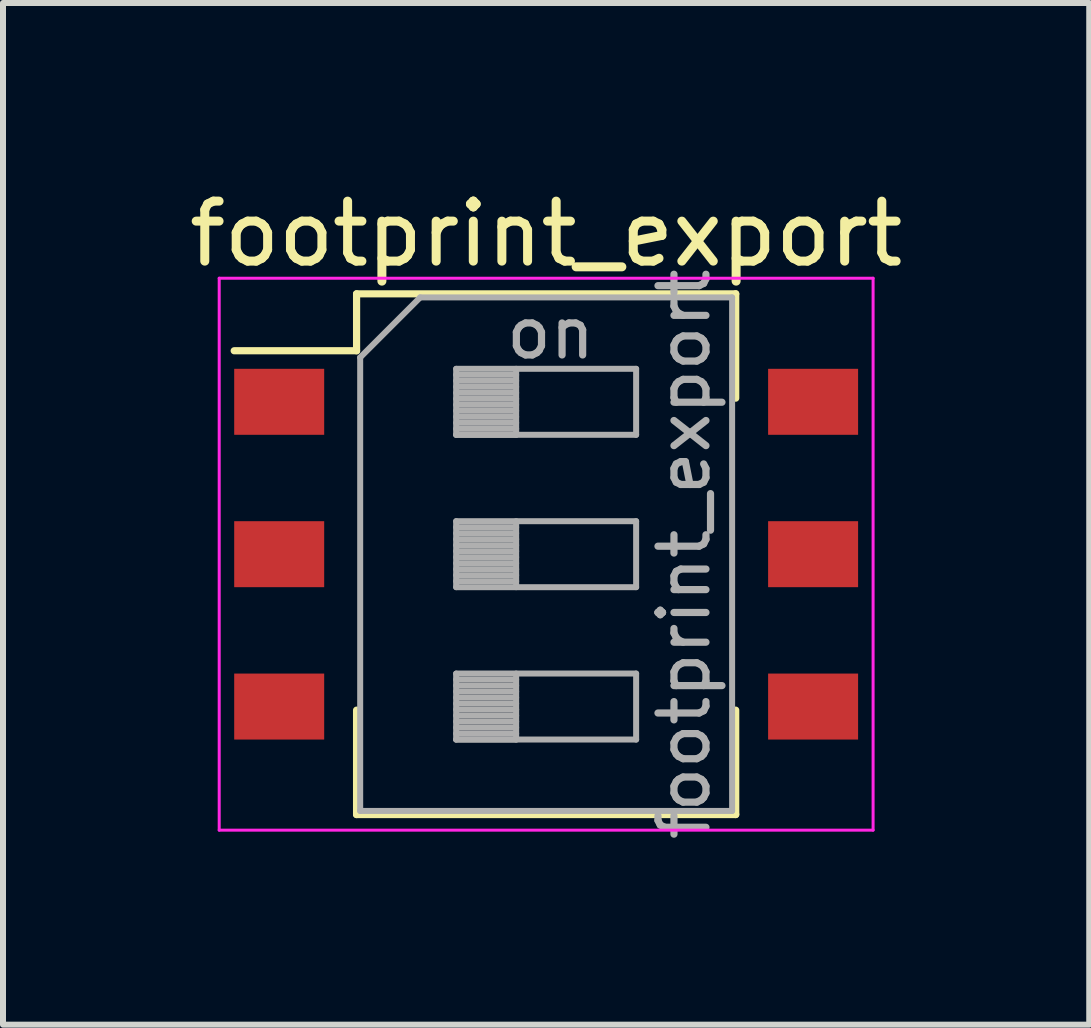
<source format=kicad_pcb>
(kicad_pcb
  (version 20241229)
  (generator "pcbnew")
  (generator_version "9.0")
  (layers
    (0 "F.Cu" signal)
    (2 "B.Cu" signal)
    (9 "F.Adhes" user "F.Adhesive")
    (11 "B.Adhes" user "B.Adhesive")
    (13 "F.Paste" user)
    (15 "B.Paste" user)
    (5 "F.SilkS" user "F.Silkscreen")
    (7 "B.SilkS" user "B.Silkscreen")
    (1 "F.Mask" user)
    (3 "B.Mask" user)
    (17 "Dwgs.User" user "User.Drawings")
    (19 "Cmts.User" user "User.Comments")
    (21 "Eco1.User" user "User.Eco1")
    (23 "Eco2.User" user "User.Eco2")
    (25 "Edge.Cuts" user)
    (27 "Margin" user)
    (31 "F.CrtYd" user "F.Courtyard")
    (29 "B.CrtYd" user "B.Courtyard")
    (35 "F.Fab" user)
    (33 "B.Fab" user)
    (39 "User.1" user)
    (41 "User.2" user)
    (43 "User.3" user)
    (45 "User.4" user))
  (footprint "footprint_export"
    (layer "F.Cu")
    (at 6.054 6.188)
    (property "Reference" "footprint_export" (at 0 -5.34 0) (layer "F.SilkS") (effects (font (size 1 1) (thickness 0.15))))
    (attr smd)
    (fp_line (start -5.2 -3.391) (end -3.16 -3.391) (stroke (width 0.12) (type solid)) (layer "F.SilkS"))
    (fp_line (start -3.16 -4.34) (end -3.16 -3.391) (stroke (width 0.12) (type solid)) (layer "F.SilkS"))
    (fp_line (start -3.16 -4.34) (end 3.16 -4.34) (stroke (width 0.12) (type solid)) (layer "F.SilkS"))
    (fp_line (start -3.16 2.6) (end -3.16 4.34) (stroke (width 0.12) (type solid)) (layer "F.SilkS"))
    (fp_line (start -3.16 4.34) (end 3.16 4.34) (stroke (width 0.12) (type solid)) (layer "F.SilkS"))
    (fp_line (start 3.16 -4.34) (end 3.16 -2.601) (stroke (width 0.12) (type solid)) (layer "F.SilkS"))
    (fp_line (start 3.16 2.6) (end 3.16 4.34) (stroke (width 0.12) (type solid)) (layer "F.SilkS"))
    (fp_line (start -5.45 -4.6) (end -5.45 4.6) (stroke (width 0.05) (type solid)) (layer "F.CrtYd"))
    (fp_line (start -5.45 4.6) (end 5.45 4.6) (stroke (width 0.05) (type solid)) (layer "F.CrtYd"))
    (fp_line (start 5.45 -4.6) (end -5.45 -4.6) (stroke (width 0.05) (type solid)) (layer "F.CrtYd"))
    (fp_line (start 5.45 4.6) (end 5.45 -4.6) (stroke (width 0.05) (type solid)) (layer "F.CrtYd"))
    (fp_line (start -3.1 -3.28) (end -2.1 -4.28) (stroke (width 0.1) (type solid)) (layer "F.Fab"))
    (fp_line (start -3.1 4.28) (end -3.1 -3.28) (stroke (width 0.1) (type solid)) (layer "F.Fab"))
    (fp_line (start -2.1 -4.28) (end 3.1 -4.28) (stroke (width 0.1) (type solid)) (layer "F.Fab"))
    (fp_line (start -1.5 -3.09) (end -1.5 -1.99) (stroke (width 0.1) (type solid)) (layer "F.Fab"))
    (fp_line (start -1.5 -2.99) (end -0.5 -2.99) (stroke (width 0.1) (type solid)) (layer "F.Fab"))
    (fp_line (start -1.5 -2.89) (end -0.5 -2.89) (stroke (width 0.1) (type solid)) (layer "F.Fab"))
    (fp_line (start -1.5 -2.79) (end -0.5 -2.79) (stroke (width 0.1) (type solid)) (layer "F.Fab"))
    (fp_line (start -1.5 -2.69) (end -0.5 -2.69) (stroke (width 0.1) (type solid)) (layer "F.Fab"))
    (fp_line (start -1.5 -2.59) (end -0.5 -2.59) (stroke (width 0.1) (type solid)) (layer "F.Fab"))
    (fp_line (start -1.5 -2.49) (end -0.5 -2.49) (stroke (width 0.1) (type solid)) (layer "F.Fab"))
    (fp_line (start -1.5 -2.39) (end -0.5 -2.39) (stroke (width 0.1) (type solid)) (layer "F.Fab"))
    (fp_line (start -1.5 -2.29) (end -0.5 -2.29) (stroke (width 0.1) (type solid)) (layer "F.Fab"))
    (fp_line (start -1.5 -2.19) (end -0.5 -2.19) (stroke (width 0.1) (type solid)) (layer "F.Fab"))
    (fp_line (start -1.5 -2.09) (end -0.5 -2.09) (stroke (width 0.1) (type solid)) (layer "F.Fab"))
    (fp_line (start -1.5 -1.99) (end -0.5 -1.99) (stroke (width 0.1) (type solid)) (layer "F.Fab"))
    (fp_line (start -1.5 -1.99) (end 1.5 -1.99) (stroke (width 0.1) (type solid)) (layer "F.Fab"))
    (fp_line (start -1.5 -0.55) (end -1.5 0.55) (stroke (width 0.1) (type solid)) (layer "F.Fab"))
    (fp_line (start -1.5 -0.45) (end -0.5 -0.45) (stroke (width 0.1) (type solid)) (layer "F.Fab"))
    (fp_line (start -1.5 -0.35) (end -0.5 -0.35) (stroke (width 0.1) (type solid)) (layer "F.Fab"))
    (fp_line (start -1.5 -0.25) (end -0.5 -0.25) (stroke (width 0.1) (type solid)) (layer "F.Fab"))
    (fp_line (start -1.5 -0.15) (end -0.5 -0.15) (stroke (width 0.1) (type solid)) (layer "F.Fab"))
    (fp_line (start -1.5 -0.05) (end -0.5 -0.05) (stroke (width 0.1) (type solid)) (layer "F.Fab"))
    (fp_line (start -1.5 0.05) (end -0.5 0.05) (stroke (width 0.1) (type solid)) (layer "F.Fab"))
    (fp_line (start -1.5 0.15) (end -0.5 0.15) (stroke (width 0.1) (type solid)) (layer "F.Fab"))
    (fp_line (start -1.5 0.25) (end -0.5 0.25) (stroke (width 0.1) (type solid)) (layer "F.Fab"))
    (fp_line (start -1.5 0.35) (end -0.5 0.35) (stroke (width 0.1) (type solid)) (layer "F.Fab"))
    (fp_line (start -1.5 0.45) (end -0.5 0.45) (stroke (width 0.1) (type solid)) (layer "F.Fab"))
    (fp_line (start -1.5 0.55) (end 1.5 0.55) (stroke (width 0.1) (type solid)) (layer "F.Fab"))
    (fp_line (start -1.5 1.99) (end -1.5 3.09) (stroke (width 0.1) (type solid)) (layer "F.Fab"))
    (fp_line (start -1.5 2.09) (end -0.5 2.09) (stroke (width 0.1) (type solid)) (layer "F.Fab"))
    (fp_line (start -1.5 2.19) (end -0.5 2.19) (stroke (width 0.1) (type solid)) (layer "F.Fab"))
    (fp_line (start -1.5 2.29) (end -0.5 2.29) (stroke (width 0.1) (type solid)) (layer "F.Fab"))
    (fp_line (start -1.5 2.39) (end -0.5 2.39) (stroke (width 0.1) (type solid)) (layer "F.Fab"))
    (fp_line (start -1.5 2.49) (end -0.5 2.49) (stroke (width 0.1) (type solid)) (layer "F.Fab"))
    (fp_line (start -1.5 2.59) (end -0.5 2.59) (stroke (width 0.1) (type solid)) (layer "F.Fab"))
    (fp_line (start -1.5 2.69) (end -0.5 2.69) (stroke (width 0.1) (type solid)) (layer "F.Fab"))
    (fp_line (start -1.5 2.79) (end -0.5 2.79) (stroke (width 0.1) (type solid)) (layer "F.Fab"))
    (fp_line (start -1.5 2.89) (end -0.5 2.89) (stroke (width 0.1) (type solid)) (layer "F.Fab"))
    (fp_line (start -1.5 2.99) (end -0.5 2.99) (stroke (width 0.1) (type solid)) (layer "F.Fab"))
    (fp_line (start -1.5 3.09) (end -0.5 3.09) (stroke (width 0.1) (type solid)) (layer "F.Fab"))
    (fp_line (start -1.5 3.09) (end 1.5 3.09) (stroke (width 0.1) (type solid)) (layer "F.Fab"))
    (fp_line (start -0.5 -3.09) (end -0.5 -1.99) (stroke (width 0.1) (type solid)) (layer "F.Fab"))
    (fp_line (start -0.5 -0.55) (end -0.5 0.55) (stroke (width 0.1) (type solid)) (layer "F.Fab"))
    (fp_line (start -0.5 1.99) (end -0.5 3.09) (stroke (width 0.1) (type solid)) (layer "F.Fab"))
    (fp_line (start 1.5 -3.09) (end -1.5 -3.09) (stroke (width 0.1) (type solid)) (layer "F.Fab"))
    (fp_line (start 1.5 -1.99) (end 1.5 -3.09) (stroke (width 0.1) (type solid)) (layer "F.Fab"))
    (fp_line (start 1.5 -0.55) (end -1.5 -0.55) (stroke (width 0.1) (type solid)) (layer "F.Fab"))
    (fp_line (start 1.5 0.55) (end 1.5 -0.55) (stroke (width 0.1) (type solid)) (layer "F.Fab"))
    (fp_line (start 1.5 1.99) (end -1.5 1.99) (stroke (width 0.1) (type solid)) (layer "F.Fab"))
    (fp_line (start 1.5 3.09) (end 1.5 1.99) (stroke (width 0.1) (type solid)) (layer "F.Fab"))
    (fp_line (start 3.1 -4.28) (end 3.1 4.28) (stroke (width 0.1) (type solid)) (layer "F.Fab"))
    (fp_line (start 3.1 4.28) (end -3.1 4.28) (stroke (width 0.1) (type solid)) (layer "F.Fab"))
    (fp_text user "on" (at 0.075 -3.685 0) (layer "F.Fab") (effects (font (size 0.8 0.8) (thickness 0.12))))
    (fp_text user "${REFERENCE}" (at 2.3 0 90) (layer "F.Fab") (effects (font (size 0.8 0.8) (thickness 0.12))))
    (pad "1" smd rect (at -4.45 -2.54) (size 1.5 1.1) (layers "F.Cu" "F.Mask" "F.Paste"))
    (pad "2" smd rect (at -4.45 0) (size 1.5 1.1) (layers "F.Cu" "F.Mask" "F.Paste"))
    (pad "3" smd rect (at -4.45 2.54) (size 1.5 1.1) (layers "F.Cu" "F.Mask" "F.Paste"))
    (pad "4" smd rect (at 4.45 2.54) (size 1.5 1.1) (layers "F.Cu" "F.Mask" "F.Paste"))
    (pad "5" smd rect (at 4.45 0) (size 1.5 1.1) (layers "F.Cu" "F.Mask" "F.Paste"))
    (pad "6" smd rect (at 4.45 -2.54) (size 1.5 1.1) (layers "F.Cu" "F.Mask" "F.Paste")))
  (gr_rect
    (start -3 -3)
    (end 15.107 14.031)
    (stroke (width 0.1) (type default))
    (fill no)
    (layer "Edge.Cuts")))
</source>
